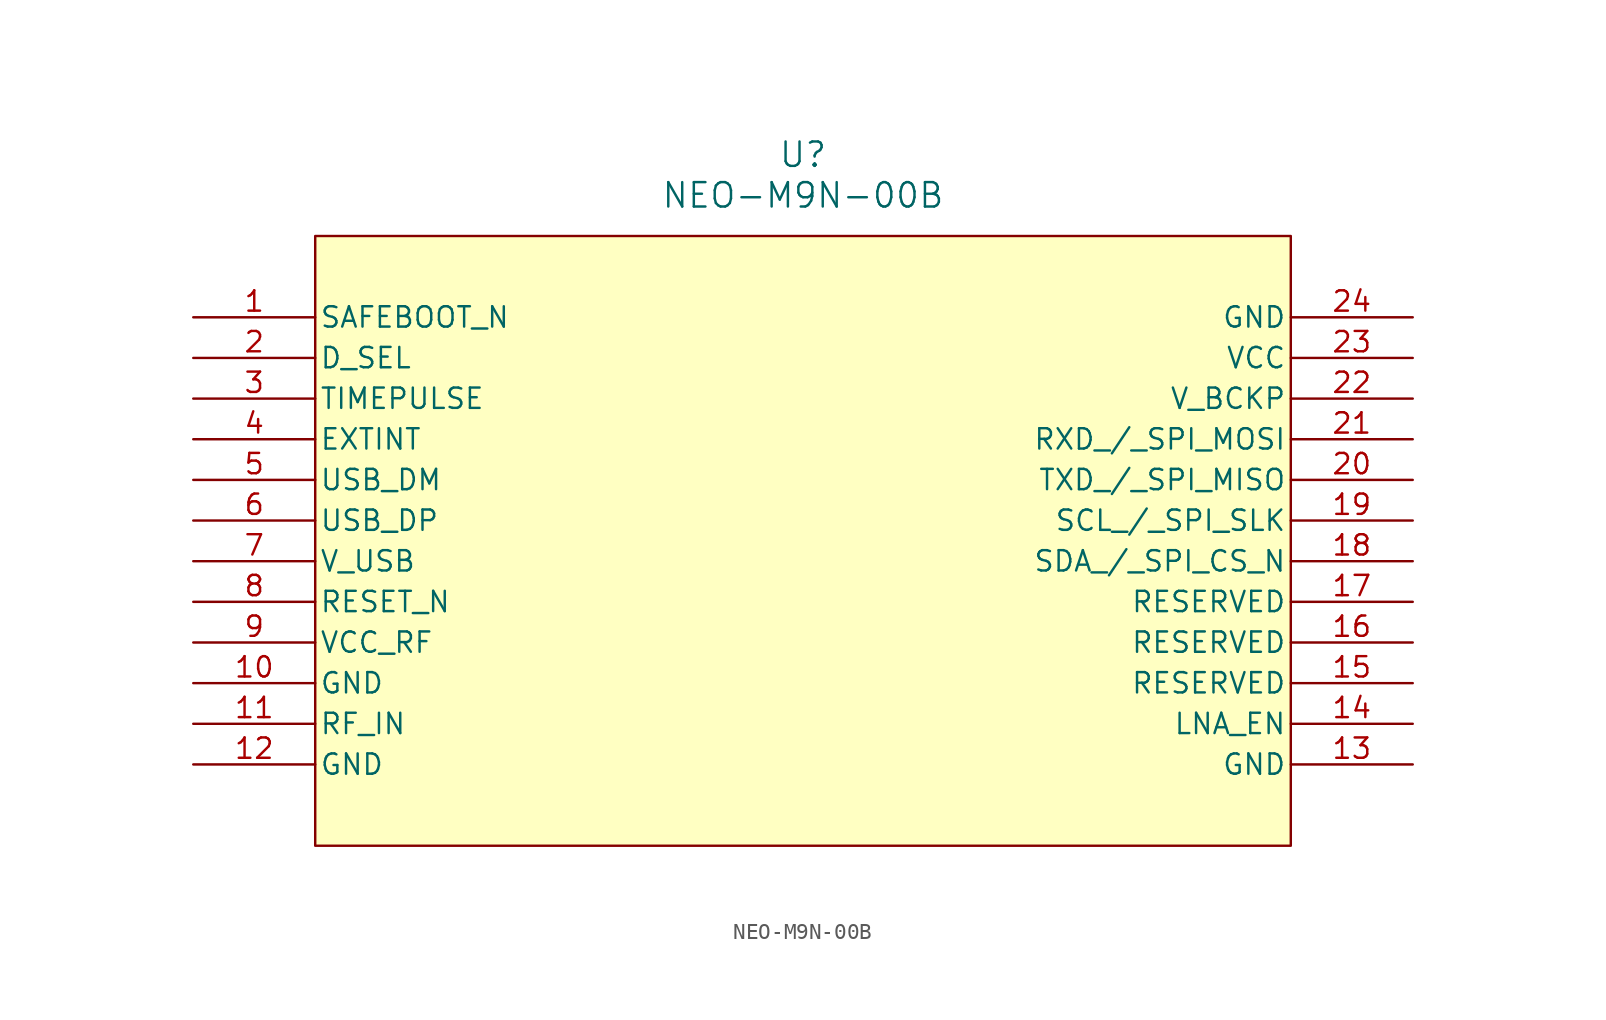
<source format=kicad_sym>
(kicad_symbol_lib
  (version 20241209)
  (generator "kicad_symbol_editor")
  (generator_version "9.0")
  (symbol "NEO-M9N-00B"
    (pin_names
      (offset 0.254))
    (property "Reference" "U"
      (at 38.1 10.16 0)
      (effects (font (size 1.524 1.524))))
    (property "Value" "NEO-M9N-00B"
      (at 38.1 7.62 0)
      (effects (font (size 1.524 1.524))))
    (property "ki_locked" ""
      (at 0 0 0)
      (effects (font (size 1.27 1.27))))
    (symbol "NEO-M9N-00B_0_1"
      (pin unspecified line (at 0 0 0) (length 7.62) (name "SAFEBOOT_N" (effects (font (size 1.27 1.27)))) (number "1" (effects (font (size 1.27 1.27)))))
      (pin unspecified line (at 0 -2.54 0) (length 7.62) (name "D_SEL" (effects (font (size 1.27 1.27)))) (number "2" (effects (font (size 1.27 1.27)))))
      (pin unspecified line (at 0 -5.08 0) (length 7.62) (name "TIMEPULSE" (effects (font (size 1.27 1.27)))) (number "3" (effects (font (size 1.27 1.27)))))
      (pin unspecified line (at 0 -7.62 0) (length 7.62) (name "EXTINT" (effects (font (size 1.27 1.27)))) (number "4" (effects (font (size 1.27 1.27)))))
      (pin unspecified line (at 0 -10.16 0) (length 7.62) (name "USB_DM" (effects (font (size 1.27 1.27)))) (number "5" (effects (font (size 1.27 1.27)))))
      (pin unspecified line (at 0 -12.7 0) (length 7.62) (name "USB_DP" (effects (font (size 1.27 1.27)))) (number "6" (effects (font (size 1.27 1.27)))))
      (pin unspecified line (at 0 -15.24 0) (length 7.62) (name "V_USB" (effects (font (size 1.27 1.27)))) (number "7" (effects (font (size 1.27 1.27)))))
      (pin unspecified line (at 0 -17.78 0) (length 7.62) (name "RESET_N" (effects (font (size 1.27 1.27)))) (number "8" (effects (font (size 1.27 1.27)))))
      (pin power_in line (at 0 -20.32 0) (length 7.62) (name "VCC_RF" (effects (font (size 1.27 1.27)))) (number "9" (effects (font (size 1.27 1.27)))))
      (pin power_out line (at 0 -22.86 0) (length 7.62) (name "GND" (effects (font (size 1.27 1.27)))) (number "10" (effects (font (size 1.27 1.27)))))
      (pin unspecified line (at 0 -25.4 0) (length 7.62) (name "RF_IN" (effects (font (size 1.27 1.27)))) (number "11" (effects (font (size 1.27 1.27)))))
      (pin power_out line (at 0 -27.94 0) (length 7.62) (name "GND" (effects (font (size 1.27 1.27)))) (number "12" (effects (font (size 1.27 1.27)))))
      (pin power_out line (at 76.2 0 180) (length 7.62) (name "GND" (effects (font (size 1.27 1.27)))) (number "24" (effects (font (size 1.27 1.27)))))
      (pin power_in line (at 76.2 -2.54 180) (length 7.62) (name "VCC" (effects (font (size 1.27 1.27)))) (number "23" (effects (font (size 1.27 1.27)))))
      (pin unspecified line (at 76.2 -5.08 180) (length 7.62) (name "V_BCKP" (effects (font (size 1.27 1.27)))) (number "22" (effects (font (size 1.27 1.27)))))
      (pin unspecified line (at 76.2 -7.62 180) (length 7.62) (name "RXD_/_SPI_MOSI" (effects (font (size 1.27 1.27)))) (number "21" (effects (font (size 1.27 1.27)))))
      (pin unspecified line (at 76.2 -10.16 180) (length 7.62) (name "TXD_/_SPI_MISO" (effects (font (size 1.27 1.27)))) (number "20" (effects (font (size 1.27 1.27)))))
      (pin unspecified line (at 76.2 -12.7 180) (length 7.62) (name "SCL_/_SPI_SLK" (effects (font (size 1.27 1.27)))) (number "19" (effects (font (size 1.27 1.27)))))
      (pin unspecified line (at 76.2 -15.24 180) (length 7.62) (name "SDA_/_SPI_CS_N" (effects (font (size 1.27 1.27)))) (number "18" (effects (font (size 1.27 1.27)))))
      (pin unspecified line (at 76.2 -17.78 180) (length 7.62) (name "RESERVED" (effects (font (size 1.27 1.27)))) (number "17" (effects (font (size 1.27 1.27)))))
      (pin unspecified line (at 76.2 -20.32 180) (length 7.62) (name "RESERVED" (effects (font (size 1.27 1.27)))) (number "16" (effects (font (size 1.27 1.27)))))
      (pin unspecified line (at 76.2 -22.86 180) (length 7.62) (name "RESERVED" (effects (font (size 1.27 1.27)))) (number "15" (effects (font (size 1.27 1.27)))))
      (pin unspecified line (at 76.2 -25.4 180) (length 7.62) (name "LNA_EN" (effects (font (size 1.27 1.27)))) (number "14" (effects (font (size 1.27 1.27)))))
      (pin power_out line (at 76.2 -27.94 180) (length 7.62) (name "GND" (effects (font (size 1.27 1.27)))) (number "13" (effects (font (size 1.27 1.27))))))
    (symbol "NEO-M9N-00B_1_1"
      (rectangle (start 7.62 5.08) (end 68.58 -33.02) (stroke (width 0) (type solid)) (fill (type background))))))
</source>
